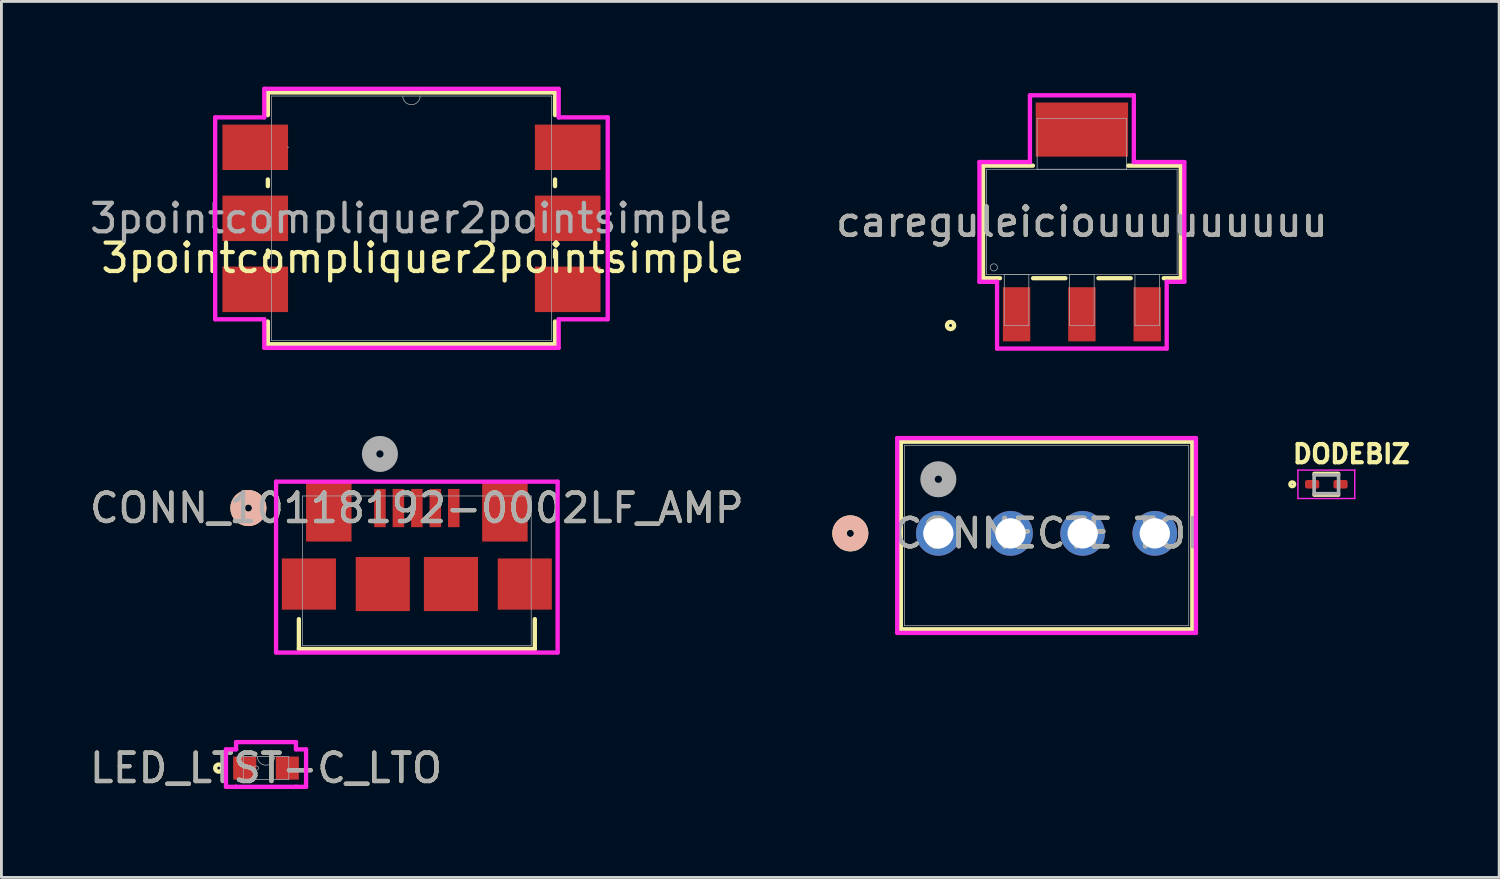
<source format=kicad_pcb>
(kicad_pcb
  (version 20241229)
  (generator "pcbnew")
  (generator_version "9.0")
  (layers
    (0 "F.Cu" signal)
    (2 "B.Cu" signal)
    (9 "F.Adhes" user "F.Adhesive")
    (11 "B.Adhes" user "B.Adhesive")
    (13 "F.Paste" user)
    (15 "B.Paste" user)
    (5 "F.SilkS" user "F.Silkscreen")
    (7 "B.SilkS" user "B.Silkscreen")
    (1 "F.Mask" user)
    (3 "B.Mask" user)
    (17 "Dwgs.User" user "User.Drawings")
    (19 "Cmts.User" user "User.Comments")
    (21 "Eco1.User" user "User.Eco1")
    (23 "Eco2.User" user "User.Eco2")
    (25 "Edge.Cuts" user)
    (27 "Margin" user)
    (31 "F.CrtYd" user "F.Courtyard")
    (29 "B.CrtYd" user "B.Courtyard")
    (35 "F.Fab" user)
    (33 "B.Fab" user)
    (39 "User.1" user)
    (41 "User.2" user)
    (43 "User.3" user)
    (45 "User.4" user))
  (footprint "LED_LTST-C_LTO"
    (layer "F.Cu")
    (at 6.315 23.99)
    (property "Reference" "LED_LTST-C_LTO" (at 0 0 0) (unlocked yes) (layer "F.SilkS") (effects (font (size 1 1) (thickness 0.15))))
    (attr smd)
    (fp_circle (center -1.664 0) (end -1.537 0) (stroke (width 0.152) (type solid)) (fill no) (layer "F.SilkS"))
    (fp_line (start -1.41 -0.66) (end -1.054 -0.66) (stroke (width 0.152) (type solid)) (layer "F.CrtYd"))
    (fp_line (start -1.41 0.66) (end -1.41 -0.66) (stroke (width 0.152) (type solid)) (layer "F.CrtYd"))
    (fp_line (start -1.41 0.66) (end -1.054 0.66) (stroke (width 0.152) (type solid)) (layer "F.CrtYd"))
    (fp_line (start -1.054 -0.914) (end 1.054 -0.914) (stroke (width 0.152) (type solid)) (layer "F.CrtYd"))
    (fp_line (start -1.054 -0.66) (end -1.054 -0.914) (stroke (width 0.152) (type solid)) (layer "F.CrtYd"))
    (fp_line (start -1.054 0.66) (end -1.054 0.66) (stroke (width 0.152) (type solid)) (layer "F.CrtYd"))
    (fp_line (start 1.054 -0.914) (end 1.054 -0.66) (stroke (width 0.152) (type solid)) (layer "F.CrtYd"))
    (fp_line (start 1.054 0.66) (end -1.054 0.66) (stroke (width 0.152) (type solid)) (layer "F.CrtYd"))
    (fp_line (start 1.054 0.66) (end 1.054 0.66) (stroke (width 0.152) (type solid)) (layer "F.CrtYd"))
    (fp_line (start 1.41 -0.66) (end 1.054 -0.66) (stroke (width 0.152) (type solid)) (layer "F.CrtYd"))
    (fp_line (start 1.41 -0.66) (end 1.41 0.66) (stroke (width 0.152) (type solid)) (layer "F.CrtYd"))
    (fp_line (start 1.41 0.66) (end 1.054 0.66) (stroke (width 0.152) (type solid)) (layer "F.CrtYd"))
    (fp_line (start -0.8 -0.406) (end -0.8 0.406) (stroke (width 0.025) (type solid)) (layer "F.Fab"))
    (fp_line (start -0.8 0.406) (end 0.8 0.406) (stroke (width 0.025) (type solid)) (layer "F.Fab"))
    (fp_line (start 0.8 -0.406) (end -0.8 -0.406) (stroke (width 0.025) (type solid)) (layer "F.Fab"))
    (fp_line (start 0.8 0.406) (end 0.8 -0.406) (stroke (width 0.025) (type solid)) (layer "F.Fab"))
    (fp_arc (start 0.3048 -0.4064) (mid 0 -0.1016) (end -0.3048 -0.4064) (stroke (width 0.0254) (type solid)) (layer "F.Fab"))
    (fp_circle (center -0.344 0) (end -0.267 0) (stroke (width 0.025) (type solid)) (fill no) (layer "F.Fab"))
    (fp_text user "${REFERENCE}" (at 0 0 0) (unlocked yes) (layer "F.Fab") (effects (font (size 1 1) (thickness 0.15))))
    (pad "1" smd rect (at -0.75 0) (size 0.813 0.813) (layers "F.Cu" "F.Mask" "F.Paste"))
    (pad "2" smd rect (at 0.75 0) (size 0.813 0.813) (layers "F.Cu" "F.Mask" "F.Paste")))
  (footprint "CONN_10118192-0002LF_AMP"
    (layer "F.Cu")
    (at 11.625 17.04)
    (property "Reference" "CONN_10118192-0002LF_AMP" (at 0 -2.204 0) (unlocked yes) (layer "F.SilkS") (effects (font (size 1 1) (thickness 0.15))))
    (attr smd)
    (fp_line (start -4.153 1.706) (end -4.153 2.756) (stroke (width 0.152) (type solid)) (layer "F.SilkS"))
    (fp_line (start -4.153 2.756) (end 4.153 2.756) (stroke (width 0.152) (type solid)) (layer "F.SilkS"))
    (fp_line (start 4.153 2.756) (end 4.153 1.706) (stroke (width 0.152) (type solid)) (layer "F.SilkS"))
    (fp_circle (center -5.931 -2.204) (end -5.55 -2.204) (stroke (width 0.508) (type solid)) (fill no) (layer "F.SilkS"))
    (fp_circle (center -5.931 -2.204) (end -5.55 -2.204) (stroke (width 0.508) (type solid)) (fill no) (layer "B.SilkS"))
    (fp_line (start -4.956 -3.133) (end -4.956 2.883) (stroke (width 0.152) (type solid)) (layer "F.CrtYd"))
    (fp_line (start -4.956 2.883) (end 4.956 2.883) (stroke (width 0.152) (type solid)) (layer "F.CrtYd"))
    (fp_line (start 4.956 -3.133) (end -4.956 -3.133) (stroke (width 0.152) (type solid)) (layer "F.CrtYd"))
    (fp_line (start 4.956 2.883) (end 4.956 -3.133) (stroke (width 0.152) (type solid)) (layer "F.CrtYd"))
    (fp_line (start -4.026 -2.629) (end -4.026 2.629) (stroke (width 0.025) (type solid)) (layer "F.Fab"))
    (fp_line (start -4.026 2.629) (end 4.026 2.629) (stroke (width 0.025) (type solid)) (layer "F.Fab"))
    (fp_line (start 4.026 -2.629) (end -4.026 -2.629) (stroke (width 0.025) (type solid)) (layer "F.Fab"))
    (fp_line (start 4.026 2.629) (end 4.026 -2.629) (stroke (width 0.025) (type solid)) (layer "F.Fab"))
    (fp_circle (center -1.3 -4.109) (end -0.919 -4.109) (stroke (width 0.508) (type solid)) (fill no) (layer "F.Fab"))
    (fp_text user "${REFERENCE}" (at 0 -2.204 0) (unlocked yes) (layer "F.Fab") (effects (font (size 1 1) (thickness 0.15))))
    (pad "1" smd rect (at -1.3 -2.204) (size 0.406 1.346) (layers "F.Cu" "F.Mask" "F.Paste"))
    (pad "2" smd rect (at -0.65 -2.204) (size 0.406 1.346) (layers "F.Cu" "F.Mask" "F.Paste"))
    (pad "3" smd rect (at 0 -2.204) (size 0.406 1.346) (layers "F.Cu" "F.Mask" "F.Paste"))
    (pad "4" smd rect (at 0.65 -2.204) (size 0.406 1.346) (layers "F.Cu" "F.Mask" "F.Paste"))
    (pad "5" smd rect (at 1.3 -2.204) (size 0.406 1.346) (layers "F.Cu" "F.Mask" "F.Paste"))
    (pad "6" smd rect (at -3.1 -2.079 90) (size 2.108 1.6) (layers "F.Cu" "F.Mask" "F.Paste"))
    (pad "7" smd rect (at 3.1 -2.079 90) (size 2.108 1.6) (layers "F.Cu" "F.Mask" "F.Paste"))
    (pad "8" smd rect (at -3.8 0.471 90) (size 1.803 1.905) (layers "F.Cu" "F.Mask" "F.Paste"))
    (pad "9" smd rect (at 3.8 0.471 90) (size 1.803 1.905) (layers "F.Cu" "F.Mask" "F.Paste"))
    (pad "10" smd rect (at -1.2 0.471 90) (size 1.905 1.905) (layers "F.Cu" "F.Mask" "F.Paste"))
    (pad "11" smd rect (at 1.2 0.471 90) (size 1.905 1.905) (layers "F.Cu" "F.Mask" "F.Paste")))
  (footprint "CONNECTE TOI"
    (layer "F.Cu")
    (at 29.984 15.727)
    (property "Reference" "CONNECTE TOI" (at 3.81 0 0) (unlocked yes) (layer "F.SilkS") (effects (font (size 1 1) (thickness 0.15))))
    (attr through_hole)
    (fp_line (start -1.321 -3.227) (end -1.321 3.377) (stroke (width 0.152) (type solid)) (layer "F.SilkS"))
    (fp_line (start -1.321 3.377) (end 8.941 3.377) (stroke (width 0.152) (type solid)) (layer "F.SilkS"))
    (fp_line (start 8.941 -3.227) (end -1.321 -3.227) (stroke (width 0.152) (type solid)) (layer "F.SilkS"))
    (fp_line (start 8.941 3.377) (end 8.941 -3.227) (stroke (width 0.152) (type solid)) (layer "F.SilkS"))
    (fp_circle (center -3.099 0) (end -2.718 0) (stroke (width 0.508) (type solid)) (fill no) (layer "F.SilkS"))
    (fp_circle (center -3.099 0) (end -2.718 0) (stroke (width 0.508) (type solid)) (fill no) (layer "B.SilkS"))
    (fp_line (start -1.448 -3.354) (end -1.448 3.504) (stroke (width 0.152) (type solid)) (layer "F.CrtYd"))
    (fp_line (start -1.448 3.504) (end 9.068 3.504) (stroke (width 0.152) (type solid)) (layer "F.CrtYd"))
    (fp_line (start 9.068 -3.354) (end -1.448 -3.354) (stroke (width 0.152) (type solid)) (layer "F.CrtYd"))
    (fp_line (start 9.068 3.504) (end 9.068 -3.354) (stroke (width 0.152) (type solid)) (layer "F.CrtYd"))
    (fp_line (start -1.194 -3.1) (end -1.194 3.25) (stroke (width 0.025) (type solid)) (layer "F.Fab"))
    (fp_line (start -1.194 3.25) (end 8.814 3.25) (stroke (width 0.025) (type solid)) (layer "F.Fab"))
    (fp_line (start 8.814 -3.1) (end -1.194 -3.1) (stroke (width 0.025) (type solid)) (layer "F.Fab"))
    (fp_line (start 8.814 3.25) (end 8.814 -3.1) (stroke (width 0.025) (type solid)) (layer "F.Fab"))
    (fp_circle (center 0 -1.905) (end 0.381 -1.905) (stroke (width 0.508) (type solid)) (fill no) (layer "F.Fab"))
    (fp_text user "${REFERENCE}" (at 3.81 0 0) (unlocked yes) (layer "F.Fab") (effects (font (size 1 1) (thickness 0.15))))
    (pad "1" thru_hole circle (at 0 0) (size 1.575 1.575) (drill 1.067) (layers "*.Cu" "*.Mask"))
    (pad "2" thru_hole circle (at 2.54 0) (size 1.575 1.575) (drill 1.067) (layers "*.Cu" "*.Mask"))
    (pad "3" thru_hole circle (at 5.08 0) (size 1.575 1.575) (drill 1.067) (layers "*.Cu" "*.Mask"))
    (pad "4" thru_hole circle (at 7.62 0) (size 1.575 1.575) (drill 1.067) (layers "*.Cu" "*.Mask")))
  (footprint "careguleiciouuuuuuuuu"
    (layer "F.Cu")
    (at 35.037 4.763)
    (property "Reference" "careguleiciouuuuuuuuu" (at 0 0 0) (unlocked yes) (layer "F.SilkS") (effects (font (size 1 1) (thickness 0.15))))
    (attr smd)
    (fp_poly (pts (xy 1.626 -4.204) (xy -1.626 -4.204) (xy -1.626 -2.299) (xy 1.626 -2.299)) (stroke (width 0) (type solid)) (fill yes) (layer "F.Cu"))
    (fp_poly (pts (xy 1.676 -4.763) (xy -1.676 -4.763) (xy -1.676 -1.841) (xy 1.676 -1.841)) (stroke (width 0) (type solid)) (fill yes) (layer "F.Mask"))
    (fp_line (start -3.48 -1.981) (end -3.48 1.981) (stroke (width 0.152) (type solid)) (layer "F.SilkS"))
    (fp_line (start -3.48 1.981) (end -2.882 1.981) (stroke (width 0.152) (type solid)) (layer "F.SilkS"))
    (fp_line (start -1.725 -1.981) (end -3.48 -1.981) (stroke (width 0.152) (type solid)) (layer "F.SilkS"))
    (fp_line (start -1.718 1.981) (end -0.582 1.981) (stroke (width 0.152) (type solid)) (layer "F.SilkS"))
    (fp_line (start 0.582 1.981) (end 1.718 1.981) (stroke (width 0.152) (type solid)) (layer "F.SilkS"))
    (fp_line (start 2.882 1.981) (end 3.48 1.981) (stroke (width 0.152) (type solid)) (layer "F.SilkS"))
    (fp_line (start 3.48 -1.981) (end 1.626 -1.981) (stroke (width 0.152) (type solid)) (layer "F.SilkS"))
    (fp_line (start 3.48 1.981) (end 3.48 -1.981) (stroke (width 0.152) (type solid)) (layer "F.SilkS"))
    (fp_circle (center -4.623 3.645) (end -4.496 3.645) (stroke (width 0.152) (type solid)) (fill no) (layer "F.SilkS"))
    (fp_poly (pts (xy 1.626 -4.204) (xy -1.626 -4.204) (xy -1.626 -2.299) (xy 1.626 -2.299)) (stroke (width 0) (type solid)) (fill yes) (layer "F.Paste"))
    (fp_line (start -3.607 -2.108) (end -1.829 -2.108) (stroke (width 0.152) (type solid)) (layer "F.CrtYd"))
    (fp_line (start -3.607 2.108) (end -3.607 -2.108) (stroke (width 0.152) (type solid)) (layer "F.CrtYd"))
    (fp_line (start -2.986 2.108) (end -3.607 2.108) (stroke (width 0.152) (type solid)) (layer "F.CrtYd"))
    (fp_line (start -2.986 4.458) (end -2.986 2.108) (stroke (width 0.152) (type solid)) (layer "F.CrtYd"))
    (fp_line (start -1.829 -4.458) (end 1.829 -4.458) (stroke (width 0.152) (type solid)) (layer "F.CrtYd"))
    (fp_line (start -1.829 -2.108) (end -1.829 -4.458) (stroke (width 0.152) (type solid)) (layer "F.CrtYd"))
    (fp_line (start 1.829 -4.458) (end 1.829 -2.108) (stroke (width 0.152) (type solid)) (layer "F.CrtYd"))
    (fp_line (start 1.829 -2.108) (end 3.607 -2.108) (stroke (width 0.152) (type solid)) (layer "F.CrtYd"))
    (fp_line (start 2.986 2.108) (end 2.986 4.458) (stroke (width 0.152) (type solid)) (layer "F.CrtYd"))
    (fp_line (start 2.986 4.458) (end -2.986 4.458) (stroke (width 0.152) (type solid)) (layer "F.CrtYd"))
    (fp_line (start 3.607 -2.108) (end 3.607 2.108) (stroke (width 0.152) (type solid)) (layer "F.CrtYd"))
    (fp_line (start 3.607 2.108) (end 2.986 2.108) (stroke (width 0.152) (type solid)) (layer "F.CrtYd"))
    (fp_line (start -3.353 -1.854) (end -3.353 1.854) (stroke (width 0.025) (type solid)) (layer "F.Fab"))
    (fp_line (start -3.353 1.854) (end 3.353 1.854) (stroke (width 0.025) (type solid)) (layer "F.Fab"))
    (fp_line (start -2.732 1.854) (end -2.732 3.645) (stroke (width 0.025) (type solid)) (layer "F.Fab"))
    (fp_line (start -2.732 3.645) (end -1.868 3.645) (stroke (width 0.025) (type solid)) (layer "F.Fab"))
    (fp_line (start -1.868 1.854) (end -2.732 1.854) (stroke (width 0.025) (type solid)) (layer "F.Fab"))
    (fp_line (start -1.868 3.645) (end -1.868 1.854) (stroke (width 0.025) (type solid)) (layer "F.Fab"))
    (fp_line (start -1.575 -3.645) (end -1.575 -1.854) (stroke (width 0.025) (type solid)) (layer "F.Fab"))
    (fp_line (start -1.575 -1.854) (end 1.575 -1.854) (stroke (width 0.025) (type solid)) (layer "F.Fab"))
    (fp_line (start -0.432 1.854) (end -0.432 3.645) (stroke (width 0.025) (type solid)) (layer "F.Fab"))
    (fp_line (start -0.432 3.645) (end 0.432 3.645) (stroke (width 0.025) (type solid)) (layer "F.Fab"))
    (fp_line (start 0.432 1.854) (end -0.432 1.854) (stroke (width 0.025) (type solid)) (layer "F.Fab"))
    (fp_line (start 0.432 3.645) (end 0.432 1.854) (stroke (width 0.025) (type solid)) (layer "F.Fab"))
    (fp_line (start 1.575 -3.645) (end -1.575 -3.645) (stroke (width 0.025) (type solid)) (layer "F.Fab"))
    (fp_line (start 1.575 -1.854) (end 1.575 -3.645) (stroke (width 0.025) (type solid)) (layer "F.Fab"))
    (fp_line (start 1.868 1.854) (end 1.868 3.645) (stroke (width 0.025) (type solid)) (layer "F.Fab"))
    (fp_line (start 1.868 3.645) (end 2.732 3.645) (stroke (width 0.025) (type solid)) (layer "F.Fab"))
    (fp_line (start 2.732 1.854) (end 1.868 1.854) (stroke (width 0.025) (type solid)) (layer "F.Fab"))
    (fp_line (start 2.732 3.645) (end 2.732 1.854) (stroke (width 0.025) (type solid)) (layer "F.Fab"))
    (fp_line (start 3.353 -1.854) (end -3.353 -1.854) (stroke (width 0.025) (type solid)) (layer "F.Fab"))
    (fp_line (start 3.353 1.854) (end 3.353 -1.854) (stroke (width 0.025) (type solid)) (layer "F.Fab"))
    (fp_circle (center -3.099 1.6) (end -2.972 1.6) (stroke (width 0.025) (type solid)) (fill no) (layer "F.Fab"))
    (fp_text user "${REFERENCE}" (at 0 0 0) (unlocked yes) (layer "F.Fab") (effects (font (size 1 1) (thickness 0.15))))
    (pad "1" smd rect (at -2.3 3.251) (size 0.965 1.905) (layers "F.Cu" "F.Mask" "F.Paste"))
    (pad "2" smd rect (at 0 3.251) (size 0.965 1.905) (layers "F.Cu" "F.Mask" "F.Paste"))
    (pad "3" smd rect (at 2.3 3.251) (size 0.965 1.905) (layers "F.Cu" "F.Mask" "F.Paste")))
  (footprint "3pointcompliquer2pointsimple"
    (layer "F.Cu")
    (at 11.435 4.636)
    (property "Reference" "3pointcompliquer2pointsimple" (at 0.4 1.4 0) (unlocked yes) (layer "F.SilkS") (effects (font (size 1 1) (thickness 0.15))))
    (attr smd)
    (fp_line (start -5.055 -4.432) (end -5.055 -3.633) (stroke (width 0.152) (type solid)) (layer "F.SilkS"))
    (fp_line (start -5.055 -1.367) (end -5.055 -1.133) (stroke (width 0.152) (type solid)) (layer "F.SilkS"))
    (fp_line (start -5.055 1.133) (end -5.055 1.367) (stroke (width 0.152) (type solid)) (layer "F.SilkS"))
    (fp_line (start -5.055 3.633) (end -5.055 4.432) (stroke (width 0.152) (type solid)) (layer "F.SilkS"))
    (fp_line (start -5.055 4.432) (end 5.055 4.432) (stroke (width 0.152) (type solid)) (layer "F.SilkS"))
    (fp_line (start 5.055 -4.432) (end -5.055 -4.432) (stroke (width 0.152) (type solid)) (layer "F.SilkS"))
    (fp_line (start 5.055 -3.633) (end 5.055 -4.432) (stroke (width 0.152) (type solid)) (layer "F.SilkS"))
    (fp_line (start 5.055 -1.133) (end 5.055 -1.367) (stroke (width 0.152) (type solid)) (layer "F.SilkS"))
    (fp_line (start 5.055 1.367) (end 5.055 1.133) (stroke (width 0.152) (type solid)) (layer "F.SilkS"))
    (fp_line (start 5.055 4.432) (end 5.055 3.633) (stroke (width 0.152) (type solid)) (layer "F.SilkS"))
    (fp_line (start -6.91 -3.554) (end -5.182 -3.554) (stroke (width 0.152) (type solid)) (layer "F.CrtYd"))
    (fp_line (start -6.91 3.554) (end -6.91 -3.554) (stroke (width 0.152) (type solid)) (layer "F.CrtYd"))
    (fp_line (start -6.91 3.554) (end -5.182 3.554) (stroke (width 0.152) (type solid)) (layer "F.CrtYd"))
    (fp_line (start -5.182 -4.559) (end 5.182 -4.559) (stroke (width 0.152) (type solid)) (layer "F.CrtYd"))
    (fp_line (start -5.182 -3.554) (end -5.182 -4.559) (stroke (width 0.152) (type solid)) (layer "F.CrtYd"))
    (fp_line (start -5.182 4.559) (end -5.182 3.554) (stroke (width 0.152) (type solid)) (layer "F.CrtYd"))
    (fp_line (start 5.182 -4.559) (end 5.182 -3.554) (stroke (width 0.152) (type solid)) (layer "F.CrtYd"))
    (fp_line (start 5.182 3.554) (end 5.182 4.559) (stroke (width 0.152) (type solid)) (layer "F.CrtYd"))
    (fp_line (start 5.182 4.559) (end -5.182 4.559) (stroke (width 0.152) (type solid)) (layer "F.CrtYd"))
    (fp_line (start 6.91 -3.554) (end 5.182 -3.554) (stroke (width 0.152) (type solid)) (layer "F.CrtYd"))
    (fp_line (start 6.91 -3.554) (end 6.91 3.554) (stroke (width 0.152) (type solid)) (layer "F.CrtYd"))
    (fp_line (start 6.91 3.554) (end 5.182 3.554) (stroke (width 0.152) (type solid)) (layer "F.CrtYd"))
    (fp_line (start -4.928 -4.305) (end -4.928 4.305) (stroke (width 0.025) (type solid)) (layer "F.Fab"))
    (fp_line (start -4.928 4.305) (end 4.928 4.305) (stroke (width 0.025) (type solid)) (layer "F.Fab"))
    (fp_line (start 4.928 -4.305) (end -4.928 -4.305) (stroke (width 0.025) (type solid)) (layer "F.Fab"))
    (fp_line (start 4.928 4.305) (end 4.928 -4.305) (stroke (width 0.025) (type solid)) (layer "F.Fab"))
    (fp_arc (start 0.3048 -4.3053) (mid 0 -4.0005) (end -0.3048 -4.3053) (stroke (width 0.0254) (type solid)) (layer "F.Fab"))
    (fp_circle (center -4.344 -2.5) (end -4.344 -2.5) (stroke (width 0.025) (type solid)) (fill no) (layer "F.Fab"))
    (fp_text user "${REFERENCE}" (at 0 0 0) (unlocked yes) (layer "F.Fab") (effects (font (size 1 1) (thickness 0.15))))
    (pad "1" smd rect (at -5.5 0) (size 2.311 1.6) (layers "F.Cu" "F.Mask" "F.Paste"))
    (pad "2" smd rect (at -5.5 -2.5) (size 2.311 1.6) (layers "F.Cu" "F.Mask" "F.Paste"))
    (pad "3" smd rect (at -5.5 2.5) (size 2.311 1.6) (layers "F.Cu" "F.Mask" "F.Paste"))
    (pad "4" smd rect (at 5.5 2.5) (size 2.311 1.6) (layers "F.Cu" "F.Mask" "F.Paste"))
    (pad "5" smd rect (at 5.5 0) (size 2.311 1.6) (layers "F.Cu" "F.Mask" "F.Paste"))
    (pad "6" smd rect (at 5.5 -2.5) (size 2.311 1.6) (layers "F.Cu" "F.Mask" "F.Paste")))
  (footprint "DODEBIZ"
    (layer "F.Cu")
    (at 43.643 13.999)
    (property "Reference" "DODEBIZ" (at 0.881 -1.065 0) (layer "F.SilkS") (effects (font (size 0.64 0.64) (thickness 0.15))))
    (attr smd)
    (fp_line (start -0.43 -0.38) (end 0.43 -0.38) (stroke (width 0.127) (type solid)) (layer "F.SilkS"))
    (fp_line (start 0.43 0.38) (end -0.43 0.38) (stroke (width 0.127) (type solid)) (layer "F.SilkS"))
    (fp_circle (center -1.2 0) (end -1.12 0) (stroke (width 0.127) (type solid)) (fill no) (layer "F.SilkS"))
    (fp_line (start -1 -0.5) (end 1 -0.5) (stroke (width 0.05) (type solid)) (layer "F.CrtYd"))
    (fp_line (start -1 0.5) (end -1 -0.5) (stroke (width 0.05) (type solid)) (layer "F.CrtYd"))
    (fp_line (start 1 -0.5) (end 1 0.5) (stroke (width 0.05) (type solid)) (layer "F.CrtYd"))
    (fp_line (start 1 0.5) (end -1 0.5) (stroke (width 0.05) (type solid)) (layer "F.CrtYd"))
    (fp_line (start -0.43 -0.33) (end 0.43 -0.33) (stroke (width 0.127) (type solid)) (layer "F.Fab"))
    (fp_line (start -0.43 0.33) (end -0.43 -0.33) (stroke (width 0.127) (type solid)) (layer "F.Fab"))
    (fp_line (start 0.43 -0.33) (end 0.43 0.33) (stroke (width 0.127) (type solid)) (layer "F.Fab"))
    (fp_line (start 0.43 0.33) (end -0.43 0.33) (stroke (width 0.127) (type solid)) (layer "F.Fab"))
    (pad "1" smd roundrect (at -0.5 0) (size 0.5 0.3) (layers "F.Cu" "F.Mask" "F.Paste") (roundrect_rratio 0.25))
    (pad "2" smd roundrect (at 0.5 0) (size 0.5 0.3) (layers "F.Cu" "F.Mask" "F.Paste") (roundrect_rratio 0.25)))
  (gr_rect
    (start -3 -3)
    (end 49.727 27.838)
    (stroke (width 0.1) (type default))
    (fill no)
    (layer "Edge.Cuts")))
</source>
